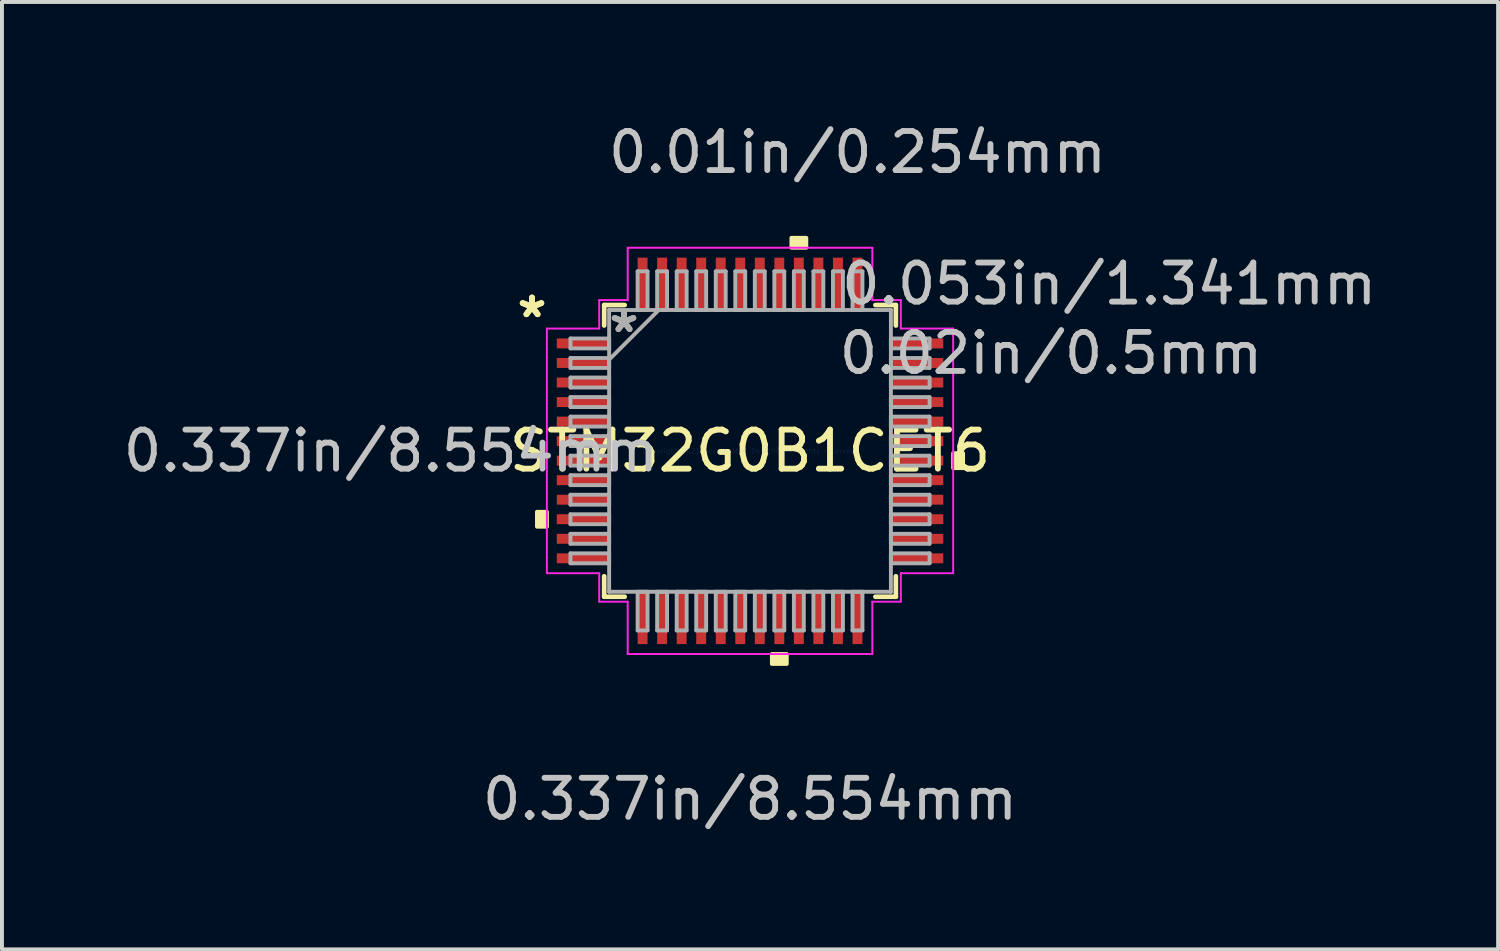
<source format=kicad_pcb>
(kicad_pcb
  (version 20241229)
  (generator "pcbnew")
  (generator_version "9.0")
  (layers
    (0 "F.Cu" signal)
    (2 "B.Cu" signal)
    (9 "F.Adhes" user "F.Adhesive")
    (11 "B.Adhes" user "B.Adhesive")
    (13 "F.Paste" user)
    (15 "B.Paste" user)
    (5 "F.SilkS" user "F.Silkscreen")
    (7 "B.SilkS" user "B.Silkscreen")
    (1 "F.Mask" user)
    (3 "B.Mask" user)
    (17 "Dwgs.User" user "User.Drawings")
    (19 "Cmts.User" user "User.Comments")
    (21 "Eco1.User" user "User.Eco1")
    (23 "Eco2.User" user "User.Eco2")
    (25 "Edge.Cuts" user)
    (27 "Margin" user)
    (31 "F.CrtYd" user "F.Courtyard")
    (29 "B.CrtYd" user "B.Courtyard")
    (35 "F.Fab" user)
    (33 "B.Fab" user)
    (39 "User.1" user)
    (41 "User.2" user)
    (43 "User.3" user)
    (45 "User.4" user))
  (footprint "STM32G0B1CET6"
    (layer "F.Cu")
    (at 16.153 8.494)
    (property "Reference" "STM32G0B1CET6" (at 0 0 0) (layer "F.SilkS") (effects (font (size 1 1) (thickness 0.15))))
    (attr through_hole)
    (fp_line (start -3.734 -3.734) (end -3.734 -3.21) (stroke (width 0.12) (type solid)) (layer "F.SilkS"))
    (fp_line (start -3.734 3.21) (end -3.734 3.734) (stroke (width 0.12) (type solid)) (layer "F.SilkS"))
    (fp_line (start -3.734 3.734) (end -3.21 3.734) (stroke (width 0.12) (type solid)) (layer "F.SilkS"))
    (fp_line (start -3.21 -3.734) (end -3.734 -3.734) (stroke (width 0.12) (type solid)) (layer "F.SilkS"))
    (fp_line (start 3.21 3.734) (end 3.734 3.734) (stroke (width 0.12) (type solid)) (layer "F.SilkS"))
    (fp_line (start 3.734 -3.734) (end 3.21 -3.734) (stroke (width 0.12) (type solid)) (layer "F.SilkS"))
    (fp_line (start 3.734 -3.21) (end 3.734 -3.734) (stroke (width 0.12) (type solid)) (layer "F.SilkS"))
    (fp_line (start 3.734 3.734) (end 3.734 3.21) (stroke (width 0.12) (type solid)) (layer "F.SilkS"))
    (fp_poly (pts (xy -5.455 1.56) (xy -5.455 1.941) (xy -5.201 1.941) (xy -5.201 1.56)) (stroke (width 0.1) (type solid)) (fill yes) (layer "F.SilkS"))
    (fp_poly (pts (xy 0.56 5.201) (xy 0.56 5.455) (xy 0.941 5.455) (xy 0.941 5.201)) (stroke (width 0.1) (type solid)) (fill yes) (layer "F.SilkS"))
    (fp_poly (pts (xy 1.06 -5.201) (xy 1.06 -5.455) (xy 1.441 -5.455) (xy 1.441 -5.201)) (stroke (width 0.1) (type solid)) (fill yes) (layer "F.SilkS"))
    (fp_poly (pts (xy 5.455 0.06) (xy 5.455 0.441) (xy 5.201 0.441) (xy 5.201 0.06)) (stroke (width 0.1) (type solid)) (fill yes) (layer "F.SilkS"))
    (fp_line (start -5.201 -3.132) (end -3.861 -3.132) (stroke (width 0.05) (type solid)) (layer "F.CrtYd"))
    (fp_line (start -5.201 3.132) (end -5.201 -3.132) (stroke (width 0.05) (type solid)) (layer "F.CrtYd"))
    (fp_line (start -3.861 -3.861) (end -3.132 -3.861) (stroke (width 0.05) (type solid)) (layer "F.CrtYd"))
    (fp_line (start -3.861 -3.132) (end -3.861 -3.861) (stroke (width 0.05) (type solid)) (layer "F.CrtYd"))
    (fp_line (start -3.861 3.132) (end -5.201 3.132) (stroke (width 0.05) (type solid)) (layer "F.CrtYd"))
    (fp_line (start -3.861 3.861) (end -3.861 3.132) (stroke (width 0.05) (type solid)) (layer "F.CrtYd"))
    (fp_line (start -3.132 -5.201) (end 3.132 -5.201) (stroke (width 0.05) (type solid)) (layer "F.CrtYd"))
    (fp_line (start -3.132 -3.861) (end -3.132 -5.201) (stroke (width 0.05) (type solid)) (layer "F.CrtYd"))
    (fp_line (start -3.132 3.861) (end -3.861 3.861) (stroke (width 0.05) (type solid)) (layer "F.CrtYd"))
    (fp_line (start -3.132 5.201) (end -3.132 3.861) (stroke (width 0.05) (type solid)) (layer "F.CrtYd"))
    (fp_line (start 3.132 -5.201) (end 3.132 -3.861) (stroke (width 0.05) (type solid)) (layer "F.CrtYd"))
    (fp_line (start 3.132 -3.861) (end 3.861 -3.861) (stroke (width 0.05) (type solid)) (layer "F.CrtYd"))
    (fp_line (start 3.132 3.861) (end 3.132 5.201) (stroke (width 0.05) (type solid)) (layer "F.CrtYd"))
    (fp_line (start 3.132 5.201) (end -3.132 5.201) (stroke (width 0.05) (type solid)) (layer "F.CrtYd"))
    (fp_line (start 3.861 -3.861) (end 3.861 -3.132) (stroke (width 0.05) (type solid)) (layer "F.CrtYd"))
    (fp_line (start 3.861 -3.132) (end 5.201 -3.132) (stroke (width 0.05) (type solid)) (layer "F.CrtYd"))
    (fp_line (start 3.861 3.132) (end 3.861 3.861) (stroke (width 0.05) (type solid)) (layer "F.CrtYd"))
    (fp_line (start 3.861 3.861) (end 3.132 3.861) (stroke (width 0.05) (type solid)) (layer "F.CrtYd"))
    (fp_line (start 5.201 -3.132) (end 5.201 3.132) (stroke (width 0.05) (type solid)) (layer "F.CrtYd"))
    (fp_line (start 5.201 3.132) (end 3.861 3.132) (stroke (width 0.05) (type solid)) (layer "F.CrtYd"))
    (fp_line (start -4.597 -2.878) (end -4.597 -2.624) (stroke (width 0.1) (type solid)) (layer "F.Fab"))
    (fp_line (start -4.597 -2.624) (end -3.607 -2.624) (stroke (width 0.1) (type solid)) (layer "F.Fab"))
    (fp_line (start -4.597 -2.378) (end -4.597 -2.124) (stroke (width 0.1) (type solid)) (layer "F.Fab"))
    (fp_line (start -4.597 -2.124) (end -3.607 -2.124) (stroke (width 0.1) (type solid)) (layer "F.Fab"))
    (fp_line (start -4.597 -1.877) (end -4.597 -1.623) (stroke (width 0.1) (type solid)) (layer "F.Fab"))
    (fp_line (start -4.597 -1.623) (end -3.607 -1.623) (stroke (width 0.1) (type solid)) (layer "F.Fab"))
    (fp_line (start -4.597 -1.377) (end -4.597 -1.123) (stroke (width 0.1) (type solid)) (layer "F.Fab"))
    (fp_line (start -4.597 -1.123) (end -3.607 -1.123) (stroke (width 0.1) (type solid)) (layer "F.Fab"))
    (fp_line (start -4.597 -0.877) (end -4.597 -0.623) (stroke (width 0.1) (type solid)) (layer "F.Fab"))
    (fp_line (start -4.597 -0.623) (end -3.607 -0.623) (stroke (width 0.1) (type solid)) (layer "F.Fab"))
    (fp_line (start -4.597 -0.377) (end -4.597 -0.123) (stroke (width 0.1) (type solid)) (layer "F.Fab"))
    (fp_line (start -4.597 -0.123) (end -3.607 -0.123) (stroke (width 0.1) (type solid)) (layer "F.Fab"))
    (fp_line (start -4.597 0.123) (end -4.597 0.377) (stroke (width 0.1) (type solid)) (layer "F.Fab"))
    (fp_line (start -4.597 0.377) (end -3.607 0.377) (stroke (width 0.1) (type solid)) (layer "F.Fab"))
    (fp_line (start -4.597 0.623) (end -4.597 0.877) (stroke (width 0.1) (type solid)) (layer "F.Fab"))
    (fp_line (start -4.597 0.877) (end -3.607 0.877) (stroke (width 0.1) (type solid)) (layer "F.Fab"))
    (fp_line (start -4.597 1.123) (end -4.597 1.377) (stroke (width 0.1) (type solid)) (layer "F.Fab"))
    (fp_line (start -4.597 1.377) (end -3.607 1.377) (stroke (width 0.1) (type solid)) (layer "F.Fab"))
    (fp_line (start -4.597 1.623) (end -4.597 1.877) (stroke (width 0.1) (type solid)) (layer "F.Fab"))
    (fp_line (start -4.597 1.877) (end -3.607 1.877) (stroke (width 0.1) (type solid)) (layer "F.Fab"))
    (fp_line (start -4.597 2.124) (end -4.597 2.378) (stroke (width 0.1) (type solid)) (layer "F.Fab"))
    (fp_line (start -4.597 2.378) (end -3.607 2.378) (stroke (width 0.1) (type solid)) (layer "F.Fab"))
    (fp_line (start -4.597 2.624) (end -4.597 2.878) (stroke (width 0.1) (type solid)) (layer "F.Fab"))
    (fp_line (start -4.597 2.878) (end -3.607 2.878) (stroke (width 0.1) (type solid)) (layer "F.Fab"))
    (fp_line (start -3.607 -3.607) (end -3.607 -3.607) (stroke (width 0.1) (type solid)) (layer "F.Fab"))
    (fp_line (start -3.607 -3.607) (end -3.607 3.607) (stroke (width 0.1) (type solid)) (layer "F.Fab"))
    (fp_line (start -3.607 -2.878) (end -4.597 -2.878) (stroke (width 0.1) (type solid)) (layer "F.Fab"))
    (fp_line (start -3.607 -2.624) (end -3.607 -2.878) (stroke (width 0.1) (type solid)) (layer "F.Fab"))
    (fp_line (start -3.607 -2.378) (end -4.597 -2.378) (stroke (width 0.1) (type solid)) (layer "F.Fab"))
    (fp_line (start -3.607 -2.337) (end -2.337 -3.607) (stroke (width 0.1) (type solid)) (layer "F.Fab"))
    (fp_line (start -3.607 -2.124) (end -3.607 -2.378) (stroke (width 0.1) (type solid)) (layer "F.Fab"))
    (fp_line (start -3.607 -1.877) (end -4.597 -1.877) (stroke (width 0.1) (type solid)) (layer "F.Fab"))
    (fp_line (start -3.607 -1.623) (end -3.607 -1.877) (stroke (width 0.1) (type solid)) (layer "F.Fab"))
    (fp_line (start -3.607 -1.377) (end -4.597 -1.377) (stroke (width 0.1) (type solid)) (layer "F.Fab"))
    (fp_line (start -3.607 -1.123) (end -3.607 -1.377) (stroke (width 0.1) (type solid)) (layer "F.Fab"))
    (fp_line (start -3.607 -0.877) (end -4.597 -0.877) (stroke (width 0.1) (type solid)) (layer "F.Fab"))
    (fp_line (start -3.607 -0.623) (end -3.607 -0.877) (stroke (width 0.1) (type solid)) (layer "F.Fab"))
    (fp_line (start -3.607 -0.377) (end -4.597 -0.377) (stroke (width 0.1) (type solid)) (layer "F.Fab"))
    (fp_line (start -3.607 -0.123) (end -3.607 -0.377) (stroke (width 0.1) (type solid)) (layer "F.Fab"))
    (fp_line (start -3.607 0.123) (end -4.597 0.123) (stroke (width 0.1) (type solid)) (layer "F.Fab"))
    (fp_line (start -3.607 0.377) (end -3.607 0.123) (stroke (width 0.1) (type solid)) (layer "F.Fab"))
    (fp_line (start -3.607 0.623) (end -4.597 0.623) (stroke (width 0.1) (type solid)) (layer "F.Fab"))
    (fp_line (start -3.607 0.877) (end -3.607 0.623) (stroke (width 0.1) (type solid)) (layer "F.Fab"))
    (fp_line (start -3.607 1.123) (end -4.597 1.123) (stroke (width 0.1) (type solid)) (layer "F.Fab"))
    (fp_line (start -3.607 1.377) (end -3.607 1.123) (stroke (width 0.1) (type solid)) (layer "F.Fab"))
    (fp_line (start -3.607 1.623) (end -4.597 1.623) (stroke (width 0.1) (type solid)) (layer "F.Fab"))
    (fp_line (start -3.607 1.877) (end -3.607 1.623) (stroke (width 0.1) (type solid)) (layer "F.Fab"))
    (fp_line (start -3.607 2.124) (end -4.597 2.124) (stroke (width 0.1) (type solid)) (layer "F.Fab"))
    (fp_line (start -3.607 2.378) (end -3.607 2.124) (stroke (width 0.1) (type solid)) (layer "F.Fab"))
    (fp_line (start -3.607 2.624) (end -4.597 2.624) (stroke (width 0.1) (type solid)) (layer "F.Fab"))
    (fp_line (start -3.607 2.878) (end -3.607 2.624) (stroke (width 0.1) (type solid)) (layer "F.Fab"))
    (fp_line (start -3.607 3.607) (end -3.607 3.607) (stroke (width 0.1) (type solid)) (layer "F.Fab"))
    (fp_line (start -3.607 3.607) (end 3.607 3.607) (stroke (width 0.1) (type solid)) (layer "F.Fab"))
    (fp_line (start -2.878 -4.597) (end -2.878 -3.607) (stroke (width 0.1) (type solid)) (layer "F.Fab"))
    (fp_line (start -2.878 -3.607) (end -2.624 -3.607) (stroke (width 0.1) (type solid)) (layer "F.Fab"))
    (fp_line (start -2.878 3.607) (end -2.878 4.597) (stroke (width 0.1) (type solid)) (layer "F.Fab"))
    (fp_line (start -2.878 4.597) (end -2.624 4.597) (stroke (width 0.1) (type solid)) (layer "F.Fab"))
    (fp_line (start -2.624 -4.597) (end -2.878 -4.597) (stroke (width 0.1) (type solid)) (layer "F.Fab"))
    (fp_line (start -2.624 -3.607) (end -2.624 -4.597) (stroke (width 0.1) (type solid)) (layer "F.Fab"))
    (fp_line (start -2.624 3.607) (end -2.878 3.607) (stroke (width 0.1) (type solid)) (layer "F.Fab"))
    (fp_line (start -2.624 4.597) (end -2.624 3.607) (stroke (width 0.1) (type solid)) (layer "F.Fab"))
    (fp_line (start -2.378 -4.597) (end -2.378 -3.607) (stroke (width 0.1) (type solid)) (layer "F.Fab"))
    (fp_line (start -2.378 -3.607) (end -2.124 -3.607) (stroke (width 0.1) (type solid)) (layer "F.Fab"))
    (fp_line (start -2.378 3.607) (end -2.378 4.597) (stroke (width 0.1) (type solid)) (layer "F.Fab"))
    (fp_line (start -2.378 4.597) (end -2.124 4.597) (stroke (width 0.1) (type solid)) (layer "F.Fab"))
    (fp_line (start -2.124 -4.597) (end -2.378 -4.597) (stroke (width 0.1) (type solid)) (layer "F.Fab"))
    (fp_line (start -2.124 -3.607) (end -2.124 -4.597) (stroke (width 0.1) (type solid)) (layer "F.Fab"))
    (fp_line (start -2.124 3.607) (end -2.378 3.607) (stroke (width 0.1) (type solid)) (layer "F.Fab"))
    (fp_line (start -2.124 4.597) (end -2.124 3.607) (stroke (width 0.1) (type solid)) (layer "F.Fab"))
    (fp_line (start -1.877 -4.597) (end -1.877 -3.607) (stroke (width 0.1) (type solid)) (layer "F.Fab"))
    (fp_line (start -1.877 -3.607) (end -1.623 -3.607) (stroke (width 0.1) (type solid)) (layer "F.Fab"))
    (fp_line (start -1.877 3.607) (end -1.877 4.597) (stroke (width 0.1) (type solid)) (layer "F.Fab"))
    (fp_line (start -1.877 4.597) (end -1.623 4.597) (stroke (width 0.1) (type solid)) (layer "F.Fab"))
    (fp_line (start -1.623 -4.597) (end -1.877 -4.597) (stroke (width 0.1) (type solid)) (layer "F.Fab"))
    (fp_line (start -1.623 -3.607) (end -1.623 -4.597) (stroke (width 0.1) (type solid)) (layer "F.Fab"))
    (fp_line (start -1.623 3.607) (end -1.877 3.607) (stroke (width 0.1) (type solid)) (layer "F.Fab"))
    (fp_line (start -1.623 4.597) (end -1.623 3.607) (stroke (width 0.1) (type solid)) (layer "F.Fab"))
    (fp_line (start -1.377 -4.597) (end -1.377 -3.607) (stroke (width 0.1) (type solid)) (layer "F.Fab"))
    (fp_line (start -1.377 -3.607) (end -1.123 -3.607) (stroke (width 0.1) (type solid)) (layer "F.Fab"))
    (fp_line (start -1.377 3.607) (end -1.377 4.597) (stroke (width 0.1) (type solid)) (layer "F.Fab"))
    (fp_line (start -1.377 4.597) (end -1.123 4.597) (stroke (width 0.1) (type solid)) (layer "F.Fab"))
    (fp_line (start -1.123 -4.597) (end -1.377 -4.597) (stroke (width 0.1) (type solid)) (layer "F.Fab"))
    (fp_line (start -1.123 -3.607) (end -1.123 -4.597) (stroke (width 0.1) (type solid)) (layer "F.Fab"))
    (fp_line (start -1.123 3.607) (end -1.377 3.607) (stroke (width 0.1) (type solid)) (layer "F.Fab"))
    (fp_line (start -1.123 4.597) (end -1.123 3.607) (stroke (width 0.1) (type solid)) (layer "F.Fab"))
    (fp_line (start -0.877 -4.597) (end -0.877 -3.607) (stroke (width 0.1) (type solid)) (layer "F.Fab"))
    (fp_line (start -0.877 -3.607) (end -0.623 -3.607) (stroke (width 0.1) (type solid)) (layer "F.Fab"))
    (fp_line (start -0.877 3.607) (end -0.877 4.597) (stroke (width 0.1) (type solid)) (layer "F.Fab"))
    (fp_line (start -0.877 4.597) (end -0.623 4.597) (stroke (width 0.1) (type solid)) (layer "F.Fab"))
    (fp_line (start -0.623 -4.597) (end -0.877 -4.597) (stroke (width 0.1) (type solid)) (layer "F.Fab"))
    (fp_line (start -0.623 -3.607) (end -0.623 -4.597) (stroke (width 0.1) (type solid)) (layer "F.Fab"))
    (fp_line (start -0.623 3.607) (end -0.877 3.607) (stroke (width 0.1) (type solid)) (layer "F.Fab"))
    (fp_line (start -0.623 4.597) (end -0.623 3.607) (stroke (width 0.1) (type solid)) (layer "F.Fab"))
    (fp_line (start -0.377 -4.597) (end -0.377 -3.607) (stroke (width 0.1) (type solid)) (layer "F.Fab"))
    (fp_line (start -0.377 -3.607) (end -0.123 -3.607) (stroke (width 0.1) (type solid)) (layer "F.Fab"))
    (fp_line (start -0.377 3.607) (end -0.377 4.597) (stroke (width 0.1) (type solid)) (layer "F.Fab"))
    (fp_line (start -0.377 4.597) (end -0.123 4.597) (stroke (width 0.1) (type solid)) (layer "F.Fab"))
    (fp_line (start -0.123 -4.597) (end -0.377 -4.597) (stroke (width 0.1) (type solid)) (layer "F.Fab"))
    (fp_line (start -0.123 -3.607) (end -0.123 -4.597) (stroke (width 0.1) (type solid)) (layer "F.Fab"))
    (fp_line (start -0.123 3.607) (end -0.377 3.607) (stroke (width 0.1) (type solid)) (layer "F.Fab"))
    (fp_line (start -0.123 4.597) (end -0.123 3.607) (stroke (width 0.1) (type solid)) (layer "F.Fab"))
    (fp_line (start 0.123 -4.597) (end 0.123 -3.607) (stroke (width 0.1) (type solid)) (layer "F.Fab"))
    (fp_line (start 0.123 -3.607) (end 0.377 -3.607) (stroke (width 0.1) (type solid)) (layer "F.Fab"))
    (fp_line (start 0.123 3.607) (end 0.123 4.597) (stroke (width 0.1) (type solid)) (layer "F.Fab"))
    (fp_line (start 0.123 4.597) (end 0.377 4.597) (stroke (width 0.1) (type solid)) (layer "F.Fab"))
    (fp_line (start 0.377 -4.597) (end 0.123 -4.597) (stroke (width 0.1) (type solid)) (layer "F.Fab"))
    (fp_line (start 0.377 -3.607) (end 0.377 -4.597) (stroke (width 0.1) (type solid)) (layer "F.Fab"))
    (fp_line (start 0.377 3.607) (end 0.123 3.607) (stroke (width 0.1) (type solid)) (layer "F.Fab"))
    (fp_line (start 0.377 4.597) (end 0.377 3.607) (stroke (width 0.1) (type solid)) (layer "F.Fab"))
    (fp_line (start 0.623 -4.597) (end 0.623 -3.607) (stroke (width 0.1) (type solid)) (layer "F.Fab"))
    (fp_line (start 0.623 -3.607) (end 0.877 -3.607) (stroke (width 0.1) (type solid)) (layer "F.Fab"))
    (fp_line (start 0.623 3.607) (end 0.623 4.597) (stroke (width 0.1) (type solid)) (layer "F.Fab"))
    (fp_line (start 0.623 4.597) (end 0.877 4.597) (stroke (width 0.1) (type solid)) (layer "F.Fab"))
    (fp_line (start 0.877 -4.597) (end 0.623 -4.597) (stroke (width 0.1) (type solid)) (layer "F.Fab"))
    (fp_line (start 0.877 -3.607) (end 0.877 -4.597) (stroke (width 0.1) (type solid)) (layer "F.Fab"))
    (fp_line (start 0.877 3.607) (end 0.623 3.607) (stroke (width 0.1) (type solid)) (layer "F.Fab"))
    (fp_line (start 0.877 4.597) (end 0.877 3.607) (stroke (width 0.1) (type solid)) (layer "F.Fab"))
    (fp_line (start 1.123 -4.597) (end 1.123 -3.607) (stroke (width 0.1) (type solid)) (layer "F.Fab"))
    (fp_line (start 1.123 -3.607) (end 1.377 -3.607) (stroke (width 0.1) (type solid)) (layer "F.Fab"))
    (fp_line (start 1.123 3.607) (end 1.123 4.597) (stroke (width 0.1) (type solid)) (layer "F.Fab"))
    (fp_line (start 1.123 4.597) (end 1.377 4.597) (stroke (width 0.1) (type solid)) (layer "F.Fab"))
    (fp_line (start 1.377 -4.597) (end 1.123 -4.597) (stroke (width 0.1) (type solid)) (layer "F.Fab"))
    (fp_line (start 1.377 -3.607) (end 1.377 -4.597) (stroke (width 0.1) (type solid)) (layer "F.Fab"))
    (fp_line (start 1.377 3.607) (end 1.123 3.607) (stroke (width 0.1) (type solid)) (layer "F.Fab"))
    (fp_line (start 1.377 4.597) (end 1.377 3.607) (stroke (width 0.1) (type solid)) (layer "F.Fab"))
    (fp_line (start 1.623 -4.597) (end 1.623 -3.607) (stroke (width 0.1) (type solid)) (layer "F.Fab"))
    (fp_line (start 1.623 -3.607) (end 1.877 -3.607) (stroke (width 0.1) (type solid)) (layer "F.Fab"))
    (fp_line (start 1.623 3.607) (end 1.623 4.597) (stroke (width 0.1) (type solid)) (layer "F.Fab"))
    (fp_line (start 1.623 4.597) (end 1.877 4.597) (stroke (width 0.1) (type solid)) (layer "F.Fab"))
    (fp_line (start 1.877 -4.597) (end 1.623 -4.597) (stroke (width 0.1) (type solid)) (layer "F.Fab"))
    (fp_line (start 1.877 -3.607) (end 1.877 -4.597) (stroke (width 0.1) (type solid)) (layer "F.Fab"))
    (fp_line (start 1.877 3.607) (end 1.623 3.607) (stroke (width 0.1) (type solid)) (layer "F.Fab"))
    (fp_line (start 1.877 4.597) (end 1.877 3.607) (stroke (width 0.1) (type solid)) (layer "F.Fab"))
    (fp_line (start 2.124 -4.597) (end 2.124 -3.607) (stroke (width 0.1) (type solid)) (layer "F.Fab"))
    (fp_line (start 2.124 -3.607) (end 2.378 -3.607) (stroke (width 0.1) (type solid)) (layer "F.Fab"))
    (fp_line (start 2.124 3.607) (end 2.124 4.597) (stroke (width 0.1) (type solid)) (layer "F.Fab"))
    (fp_line (start 2.124 4.597) (end 2.378 4.597) (stroke (width 0.1) (type solid)) (layer "F.Fab"))
    (fp_line (start 2.378 -4.597) (end 2.124 -4.597) (stroke (width 0.1) (type solid)) (layer "F.Fab"))
    (fp_line (start 2.378 -3.607) (end 2.378 -4.597) (stroke (width 0.1) (type solid)) (layer "F.Fab"))
    (fp_line (start 2.378 3.607) (end 2.124 3.607) (stroke (width 0.1) (type solid)) (layer "F.Fab"))
    (fp_line (start 2.378 4.597) (end 2.378 3.607) (stroke (width 0.1) (type solid)) (layer "F.Fab"))
    (fp_line (start 2.624 -4.597) (end 2.624 -3.607) (stroke (width 0.1) (type solid)) (layer "F.Fab"))
    (fp_line (start 2.624 -3.607) (end 2.878 -3.607) (stroke (width 0.1) (type solid)) (layer "F.Fab"))
    (fp_line (start 2.624 3.607) (end 2.624 4.597) (stroke (width 0.1) (type solid)) (layer "F.Fab"))
    (fp_line (start 2.624 4.597) (end 2.878 4.597) (stroke (width 0.1) (type solid)) (layer "F.Fab"))
    (fp_line (start 2.878 -4.597) (end 2.624 -4.597) (stroke (width 0.1) (type solid)) (layer "F.Fab"))
    (fp_line (start 2.878 -3.607) (end 2.878 -4.597) (stroke (width 0.1) (type solid)) (layer "F.Fab"))
    (fp_line (start 2.878 3.607) (end 2.624 3.607) (stroke (width 0.1) (type solid)) (layer "F.Fab"))
    (fp_line (start 2.878 4.597) (end 2.878 3.607) (stroke (width 0.1) (type solid)) (layer "F.Fab"))
    (fp_line (start 3.607 -3.607) (end -3.607 -3.607) (stroke (width 0.1) (type solid)) (layer "F.Fab"))
    (fp_line (start 3.607 -3.607) (end 3.607 -3.607) (stroke (width 0.1) (type solid)) (layer "F.Fab"))
    (fp_line (start 3.607 -2.878) (end 3.607 -2.624) (stroke (width 0.1) (type solid)) (layer "F.Fab"))
    (fp_line (start 3.607 -2.624) (end 4.597 -2.624) (stroke (width 0.1) (type solid)) (layer "F.Fab"))
    (fp_line (start 3.607 -2.378) (end 3.607 -2.124) (stroke (width 0.1) (type solid)) (layer "F.Fab"))
    (fp_line (start 3.607 -2.124) (end 4.597 -2.124) (stroke (width 0.1) (type solid)) (layer "F.Fab"))
    (fp_line (start 3.607 -1.877) (end 3.607 -1.623) (stroke (width 0.1) (type solid)) (layer "F.Fab"))
    (fp_line (start 3.607 -1.623) (end 4.597 -1.623) (stroke (width 0.1) (type solid)) (layer "F.Fab"))
    (fp_line (start 3.607 -1.377) (end 3.607 -1.123) (stroke (width 0.1) (type solid)) (layer "F.Fab"))
    (fp_line (start 3.607 -1.123) (end 4.597 -1.123) (stroke (width 0.1) (type solid)) (layer "F.Fab"))
    (fp_line (start 3.607 -0.877) (end 3.607 -0.623) (stroke (width 0.1) (type solid)) (layer "F.Fab"))
    (fp_line (start 3.607 -0.623) (end 4.597 -0.623) (stroke (width 0.1) (type solid)) (layer "F.Fab"))
    (fp_line (start 3.607 -0.377) (end 3.607 -0.123) (stroke (width 0.1) (type solid)) (layer "F.Fab"))
    (fp_line (start 3.607 -0.123) (end 4.597 -0.123) (stroke (width 0.1) (type solid)) (layer "F.Fab"))
    (fp_line (start 3.607 0.123) (end 3.607 0.377) (stroke (width 0.1) (type solid)) (layer "F.Fab"))
    (fp_line (start 3.607 0.377) (end 4.597 0.377) (stroke (width 0.1) (type solid)) (layer "F.Fab"))
    (fp_line (start 3.607 0.623) (end 3.607 0.877) (stroke (width 0.1) (type solid)) (layer "F.Fab"))
    (fp_line (start 3.607 0.877) (end 4.597 0.877) (stroke (width 0.1) (type solid)) (layer "F.Fab"))
    (fp_line (start 3.607 1.123) (end 3.607 1.377) (stroke (width 0.1) (type solid)) (layer "F.Fab"))
    (fp_line (start 3.607 1.377) (end 4.597 1.377) (stroke (width 0.1) (type solid)) (layer "F.Fab"))
    (fp_line (start 3.607 1.623) (end 3.607 1.877) (stroke (width 0.1) (type solid)) (layer "F.Fab"))
    (fp_line (start 3.607 1.877) (end 4.597 1.877) (stroke (width 0.1) (type solid)) (layer "F.Fab"))
    (fp_line (start 3.607 2.124) (end 3.607 2.378) (stroke (width 0.1) (type solid)) (layer "F.Fab"))
    (fp_line (start 3.607 2.378) (end 4.597 2.378) (stroke (width 0.1) (type solid)) (layer "F.Fab"))
    (fp_line (start 3.607 2.624) (end 3.607 2.878) (stroke (width 0.1) (type solid)) (layer "F.Fab"))
    (fp_line (start 3.607 2.878) (end 4.597 2.878) (stroke (width 0.1) (type solid)) (layer "F.Fab"))
    (fp_line (start 3.607 3.607) (end 3.607 -3.607) (stroke (width 0.1) (type solid)) (layer "F.Fab"))
    (fp_line (start 3.607 3.607) (end 3.607 3.607) (stroke (width 0.1) (type solid)) (layer "F.Fab"))
    (fp_line (start 4.597 -2.878) (end 3.607 -2.878) (stroke (width 0.1) (type solid)) (layer "F.Fab"))
    (fp_line (start 4.597 -2.624) (end 4.597 -2.878) (stroke (width 0.1) (type solid)) (layer "F.Fab"))
    (fp_line (start 4.597 -2.378) (end 3.607 -2.378) (stroke (width 0.1) (type solid)) (layer "F.Fab"))
    (fp_line (start 4.597 -2.124) (end 4.597 -2.378) (stroke (width 0.1) (type solid)) (layer "F.Fab"))
    (fp_line (start 4.597 -1.877) (end 3.607 -1.877) (stroke (width 0.1) (type solid)) (layer "F.Fab"))
    (fp_line (start 4.597 -1.623) (end 4.597 -1.877) (stroke (width 0.1) (type solid)) (layer "F.Fab"))
    (fp_line (start 4.597 -1.377) (end 3.607 -1.377) (stroke (width 0.1) (type solid)) (layer "F.Fab"))
    (fp_line (start 4.597 -1.123) (end 4.597 -1.377) (stroke (width 0.1) (type solid)) (layer "F.Fab"))
    (fp_line (start 4.597 -0.877) (end 3.607 -0.877) (stroke (width 0.1) (type solid)) (layer "F.Fab"))
    (fp_line (start 4.597 -0.623) (end 4.597 -0.877) (stroke (width 0.1) (type solid)) (layer "F.Fab"))
    (fp_line (start 4.597 -0.377) (end 3.607 -0.377) (stroke (width 0.1) (type solid)) (layer "F.Fab"))
    (fp_line (start 4.597 -0.123) (end 4.597 -0.377) (stroke (width 0.1) (type solid)) (layer "F.Fab"))
    (fp_line (start 4.597 0.123) (end 3.607 0.123) (stroke (width 0.1) (type solid)) (layer "F.Fab"))
    (fp_line (start 4.597 0.377) (end 4.597 0.123) (stroke (width 0.1) (type solid)) (layer "F.Fab"))
    (fp_line (start 4.597 0.623) (end 3.607 0.623) (stroke (width 0.1) (type solid)) (layer "F.Fab"))
    (fp_line (start 4.597 0.877) (end 4.597 0.623) (stroke (width 0.1) (type solid)) (layer "F.Fab"))
    (fp_line (start 4.597 1.123) (end 3.607 1.123) (stroke (width 0.1) (type solid)) (layer "F.Fab"))
    (fp_line (start 4.597 1.377) (end 4.597 1.123) (stroke (width 0.1) (type solid)) (layer "F.Fab"))
    (fp_line (start 4.597 1.623) (end 3.607 1.623) (stroke (width 0.1) (type solid)) (layer "F.Fab"))
    (fp_line (start 4.597 1.877) (end 4.597 1.623) (stroke (width 0.1) (type solid)) (layer "F.Fab"))
    (fp_line (start 4.597 2.124) (end 3.607 2.124) (stroke (width 0.1) (type solid)) (layer "F.Fab"))
    (fp_line (start 4.597 2.378) (end 4.597 2.124) (stroke (width 0.1) (type solid)) (layer "F.Fab"))
    (fp_line (start 4.597 2.624) (end 3.607 2.624) (stroke (width 0.1) (type solid)) (layer "F.Fab"))
    (fp_line (start 4.597 2.878) (end 4.597 2.624) (stroke (width 0.1) (type solid)) (layer "F.Fab"))
    (fp_text user "*" (at -5.582 -3.382 0) (layer "F.SilkS") (effects (font (size 1 1) (thickness 0.15))))
    (fp_text user "*" (at -5.582 -3.382 0) (layer "F.SilkS") (effects (font (size 1 1) (thickness 0.15))))
    (fp_text user "0.02in/0.5mm" (at 7.706 -2.501 0) (layer "Dwgs.User") (effects (font (size 1 1) (thickness 0.15))))
    (fp_text user "0.01in/0.254mm" (at 2.751 -7.645 0) (layer "Dwgs.User") (effects (font (size 1 1) (thickness 0.15))))
    (fp_text user "0.053in/1.341mm" (at 9.195 -4.277 0) (layer "Dwgs.User") (effects (font (size 1 1) (thickness 0.15))))
    (fp_text user "0.337in/8.554mm" (at -9.195 0 0) (layer "Dwgs.User") (effects (font (size 1 1) (thickness 0.15))))
    (fp_text user "0.337in/8.554mm" (at 0 8.915 0) (layer "Dwgs.User") (effects (font (size 1 1) (thickness 0.15))))
    (fp_text user "Copyright 2021 Accelerated Designs. All rights reserved." (at 0 0 0) (layer "Cmts.User") (effects (font (size 0.127 0.127) (thickness 0.002))))
    (fp_text user "*" (at -3.226 -3.001 0) (layer "F.Fab") (effects (font (size 1 1) (thickness 0.15))))
    (fp_text user "*" (at -3.226 -3.001 0) (layer "F.Fab") (effects (font (size 1 1) (thickness 0.15))))
    (pad "1" smd rect (at -4.277 -2.751 90) (size 0.254 1.341) (layers "F.Cu" "F.Mask" "F.Paste"))
    (pad "2" smd rect (at -4.277 -2.251 90) (size 0.254 1.341) (layers "F.Cu" "F.Mask" "F.Paste"))
    (pad "3" smd rect (at -4.277 -1.75 90) (size 0.254 1.341) (layers "F.Cu" "F.Mask" "F.Paste"))
    (pad "4" smd rect (at -4.277 -1.25 90) (size 0.254 1.341) (layers "F.Cu" "F.Mask" "F.Paste"))
    (pad "5" smd rect (at -4.277 -0.75 90) (size 0.254 1.341) (layers "F.Cu" "F.Mask" "F.Paste"))
    (pad "6" smd rect (at -4.277 -0.25 90) (size 0.254 1.341) (layers "F.Cu" "F.Mask" "F.Paste"))
    (pad "7" smd rect (at -4.277 0.25 90) (size 0.254 1.341) (layers "F.Cu" "F.Mask" "F.Paste"))
    (pad "8" smd rect (at -4.277 0.75 90) (size 0.254 1.341) (layers "F.Cu" "F.Mask" "F.Paste"))
    (pad "9" smd rect (at -4.277 1.25 90) (size 0.254 1.341) (layers "F.Cu" "F.Mask" "F.Paste"))
    (pad "10" smd rect (at -4.277 1.75 90) (size 0.254 1.341) (layers "F.Cu" "F.Mask" "F.Paste"))
    (pad "11" smd rect (at -4.277 2.251 90) (size 0.254 1.341) (layers "F.Cu" "F.Mask" "F.Paste"))
    (pad "12" smd rect (at -4.277 2.751 90) (size 0.254 1.341) (layers "F.Cu" "F.Mask" "F.Paste"))
    (pad "13" smd rect (at -2.751 4.277) (size 0.254 1.341) (layers "F.Cu" "F.Mask" "F.Paste"))
    (pad "14" smd rect (at -2.251 4.277) (size 0.254 1.341) (layers "F.Cu" "F.Mask" "F.Paste"))
    (pad "15" smd rect (at -1.75 4.277) (size 0.254 1.341) (layers "F.Cu" "F.Mask" "F.Paste"))
    (pad "16" smd rect (at -1.25 4.277) (size 0.254 1.341) (layers "F.Cu" "F.Mask" "F.Paste"))
    (pad "17" smd rect (at -0.75 4.277) (size 0.254 1.341) (layers "F.Cu" "F.Mask" "F.Paste"))
    (pad "18" smd rect (at -0.25 4.277) (size 0.254 1.341) (layers "F.Cu" "F.Mask" "F.Paste"))
    (pad "19" smd rect (at 0.25 4.277) (size 0.254 1.341) (layers "F.Cu" "F.Mask" "F.Paste"))
    (pad "20" smd rect (at 0.75 4.277) (size 0.254 1.341) (layers "F.Cu" "F.Mask" "F.Paste"))
    (pad "21" smd rect (at 1.25 4.277) (size 0.254 1.341) (layers "F.Cu" "F.Mask" "F.Paste"))
    (pad "22" smd rect (at 1.75 4.277) (size 0.254 1.341) (layers "F.Cu" "F.Mask" "F.Paste"))
    (pad "23" smd rect (at 2.251 4.277) (size 0.254 1.341) (layers "F.Cu" "F.Mask" "F.Paste"))
    (pad "24" smd rect (at 2.751 4.277) (size 0.254 1.341) (layers "F.Cu" "F.Mask" "F.Paste"))
    (pad "25" smd rect (at 4.277 2.751 90) (size 0.254 1.341) (layers "F.Cu" "F.Mask" "F.Paste"))
    (pad "26" smd rect (at 4.277 2.251 90) (size 0.254 1.341) (layers "F.Cu" "F.Mask" "F.Paste"))
    (pad "27" smd rect (at 4.277 1.75 90) (size 0.254 1.341) (layers "F.Cu" "F.Mask" "F.Paste"))
    (pad "28" smd rect (at 4.277 1.25 90) (size 0.254 1.341) (layers "F.Cu" "F.Mask" "F.Paste"))
    (pad "29" smd rect (at 4.277 0.75 90) (size 0.254 1.341) (layers "F.Cu" "F.Mask" "F.Paste"))
    (pad "30" smd rect (at 4.277 0.25 90) (size 0.254 1.341) (layers "F.Cu" "F.Mask" "F.Paste"))
    (pad "31" smd rect (at 4.277 -0.25 90) (size 0.254 1.341) (layers "F.Cu" "F.Mask" "F.Paste"))
    (pad "32" smd rect (at 4.277 -0.75 90) (size 0.254 1.341) (layers "F.Cu" "F.Mask" "F.Paste"))
    (pad "33" smd rect (at 4.277 -1.25 90) (size 0.254 1.341) (layers "F.Cu" "F.Mask" "F.Paste"))
    (pad "34" smd rect (at 4.277 -1.75 90) (size 0.254 1.341) (layers "F.Cu" "F.Mask" "F.Paste"))
    (pad "35" smd rect (at 4.277 -2.251 90) (size 0.254 1.341) (layers "F.Cu" "F.Mask" "F.Paste"))
    (pad "36" smd rect (at 4.277 -2.751 90) (size 0.254 1.341) (layers "F.Cu" "F.Mask" "F.Paste"))
    (pad "37" smd rect (at 2.751 -4.277) (size 0.254 1.341) (layers "F.Cu" "F.Mask" "F.Paste"))
    (pad "38" smd rect (at 2.251 -4.277) (size 0.254 1.341) (layers "F.Cu" "F.Mask" "F.Paste"))
    (pad "39" smd rect (at 1.75 -4.277) (size 0.254 1.341) (layers "F.Cu" "F.Mask" "F.Paste"))
    (pad "40" smd rect (at 1.25 -4.277) (size 0.254 1.341) (layers "F.Cu" "F.Mask" "F.Paste"))
    (pad "41" smd rect (at 0.75 -4.277) (size 0.254 1.341) (layers "F.Cu" "F.Mask" "F.Paste"))
    (pad "42" smd rect (at 0.25 -4.277) (size 0.254 1.341) (layers "F.Cu" "F.Mask" "F.Paste"))
    (pad "43" smd rect (at -0.25 -4.277) (size 0.254 1.341) (layers "F.Cu" "F.Mask" "F.Paste"))
    (pad "44" smd rect (at -0.75 -4.277) (size 0.254 1.341) (layers "F.Cu" "F.Mask" "F.Paste"))
    (pad "45" smd rect (at -1.25 -4.277) (size 0.254 1.341) (layers "F.Cu" "F.Mask" "F.Paste"))
    (pad "46" smd rect (at -1.75 -4.277) (size 0.254 1.341) (layers "F.Cu" "F.Mask" "F.Paste"))
    (pad "47" smd rect (at -2.251 -4.277) (size 0.254 1.341) (layers "F.Cu" "F.Mask" "F.Paste"))
    (pad "48" smd rect (at -2.751 -4.277) (size 0.254 1.341) (layers "F.Cu" "F.Mask" "F.Paste")))
  (gr_rect
    (start -3 -3)
    (end 35.306 21.257)
    (stroke (width 0.1) (type default))
    (fill no)
    (layer "Edge.Cuts")))
</source>
